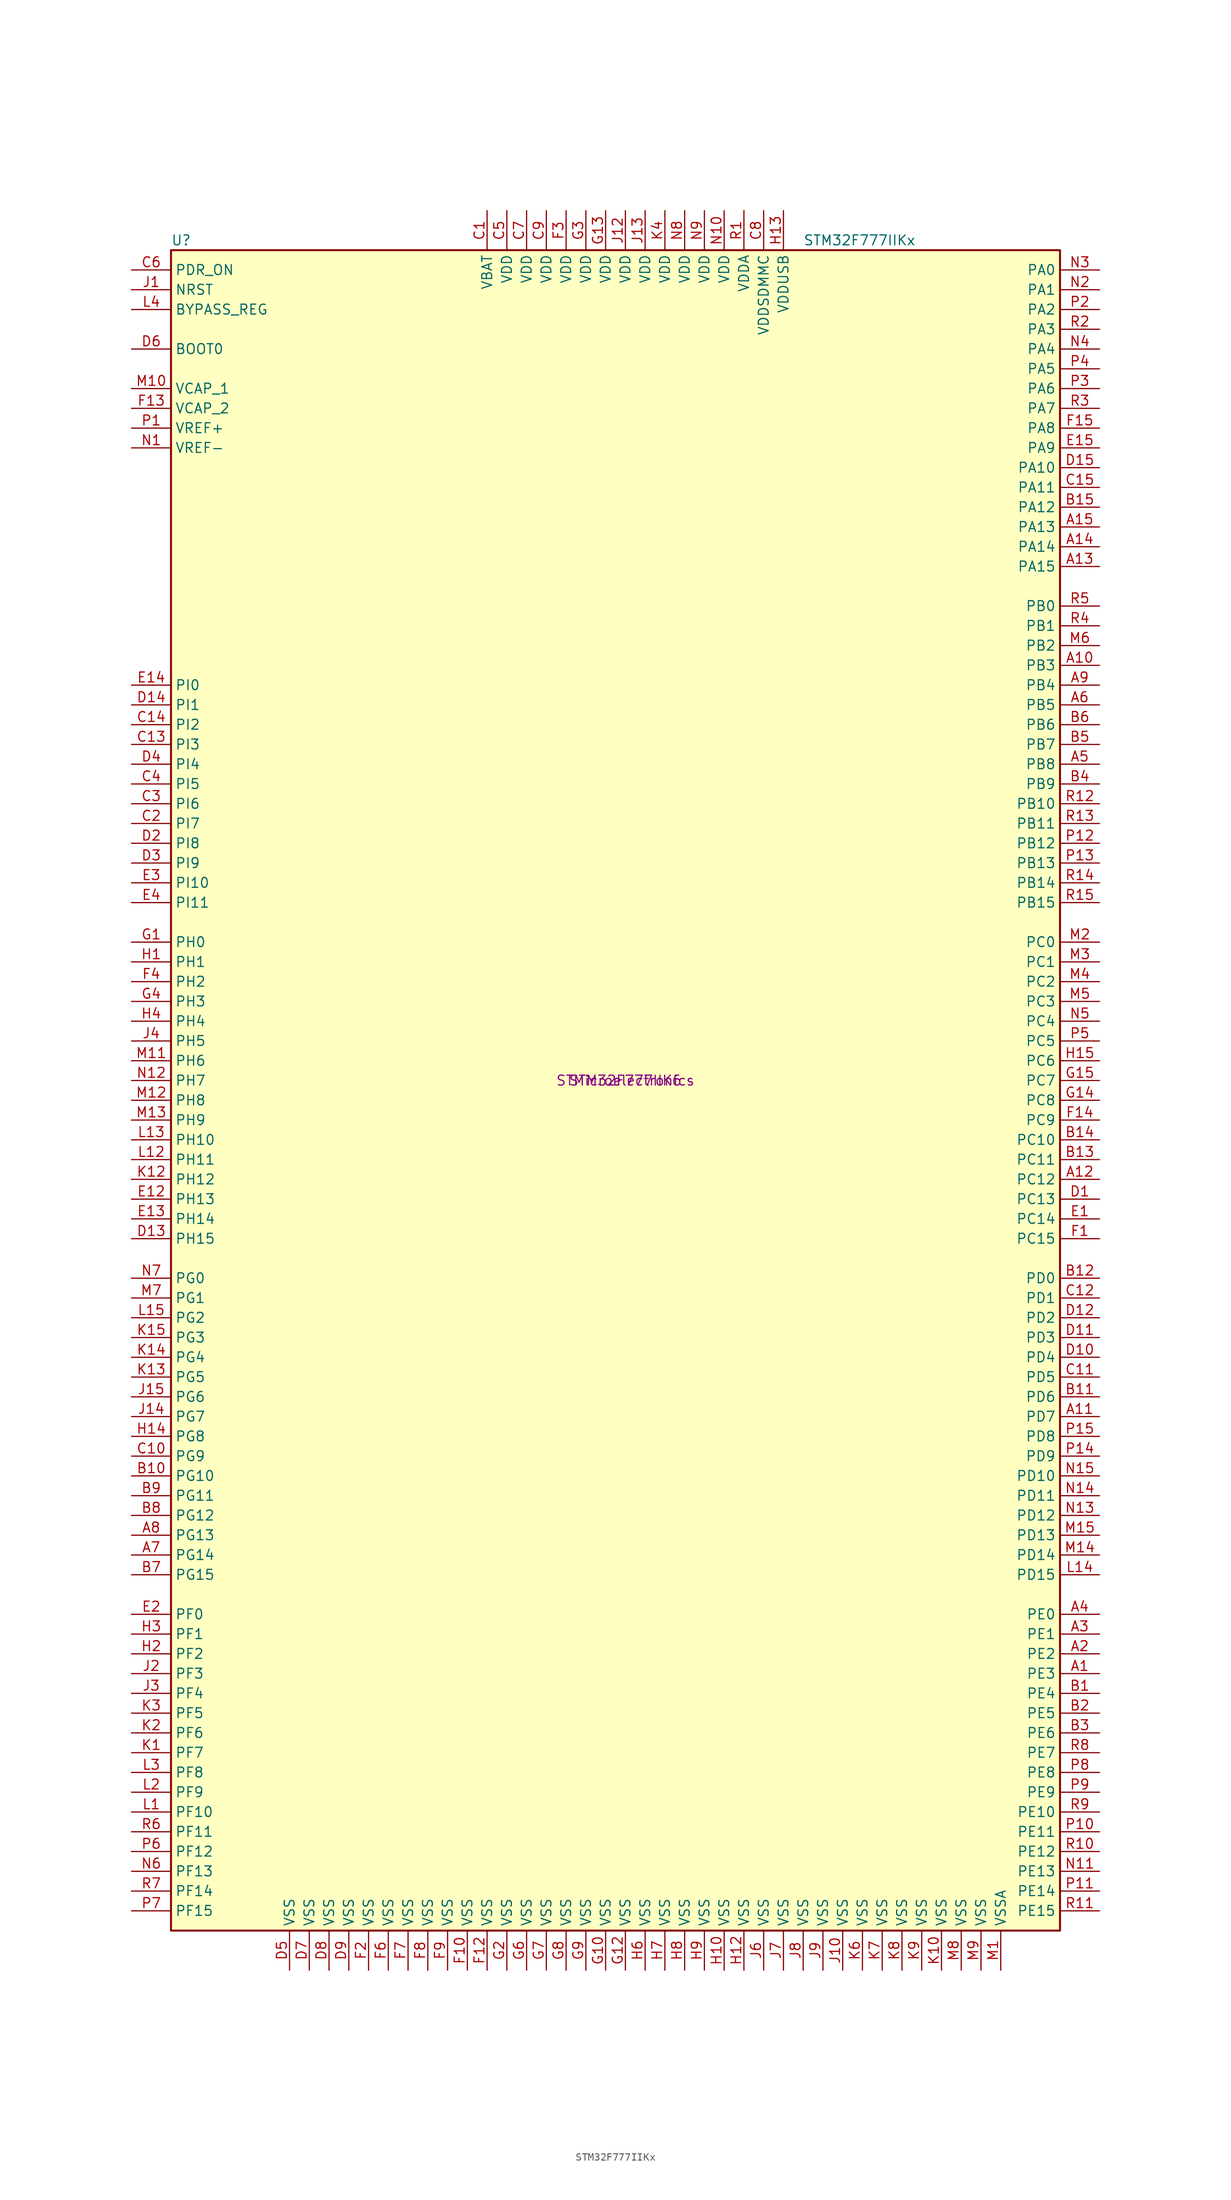
<source format=kicad_sym>
(kicad_symbol_lib
  (version 20211014)
  (generator kicad_symbol_editor)
  (symbol "STM32F777IIKx"
    (property "Reference" "U"
      (at -58.42 107.95 0)
      (effects (font (size 1.27 1.27)) (justify left)))
    (property "Value" "STM32F777IIKx"
      (at 22.86 107.95 0)
      (effects (font (size 1.27 1.27)) (justify left)))
    (property "PN" "STM32F777IIK6"
      (at 0 0 0)
      (effects (font (size 1.27 1.27))))
    (property "MF" "STMicroelectronics"
      (at 0 0 0)
      (effects (font (size 1.27 1.27))))
    (symbol "STM32F777IIKx_0_1"
      (rectangle (start -58.42 -109.22) (end 55.88 106.68) (stroke (width 0.254) (type default) (color 0 0 0 0)) (fill (type background))))
    (symbol "STM32F777IIKx_1_1"
      (pin bidirectional line (at 60.96 -76.2 180) (length 5.08) (name "PE3" (effects (font (size 1.27 1.27)))) (number "A1" (effects (font (size 1.27 1.27)))))
      (pin bidirectional line (at 60.96 53.34 180) (length 5.08) (name "PB3" (effects (font (size 1.27 1.27)))) (number "A10" (effects (font (size 1.27 1.27)))))
      (pin bidirectional line (at 60.96 -43.18 180) (length 5.08) (name "PD7" (effects (font (size 1.27 1.27)))) (number "A11" (effects (font (size 1.27 1.27)))))
      (pin bidirectional line (at 60.96 -12.7 180) (length 5.08) (name "PC12" (effects (font (size 1.27 1.27)))) (number "A12" (effects (font (size 1.27 1.27)))))
      (pin bidirectional line (at 60.96 66.04 180) (length 5.08) (name "PA15" (effects (font (size 1.27 1.27)))) (number "A13" (effects (font (size 1.27 1.27)))))
      (pin bidirectional line (at 60.96 68.58 180) (length 5.08) (name "PA14" (effects (font (size 1.27 1.27)))) (number "A14" (effects (font (size 1.27 1.27)))))
      (pin bidirectional line (at 60.96 71.12 180) (length 5.08) (name "PA13" (effects (font (size 1.27 1.27)))) (number "A15" (effects (font (size 1.27 1.27)))))
      (pin bidirectional line (at 60.96 -73.66 180) (length 5.08) (name "PE2" (effects (font (size 1.27 1.27)))) (number "A2" (effects (font (size 1.27 1.27)))))
      (pin bidirectional line (at 60.96 -71.12 180) (length 5.08) (name "PE1" (effects (font (size 1.27 1.27)))) (number "A3" (effects (font (size 1.27 1.27)))))
      (pin bidirectional line (at 60.96 -68.58 180) (length 5.08) (name "PE0" (effects (font (size 1.27 1.27)))) (number "A4" (effects (font (size 1.27 1.27)))))
      (pin bidirectional line (at 60.96 40.64 180) (length 5.08) (name "PB8" (effects (font (size 1.27 1.27)))) (number "A5" (effects (font (size 1.27 1.27)))))
      (pin bidirectional line (at 60.96 48.26 180) (length 5.08) (name "PB5" (effects (font (size 1.27 1.27)))) (number "A6" (effects (font (size 1.27 1.27)))))
      (pin bidirectional line (at -63.5 -60.96 0) (length 5.08) (name "PG14" (effects (font (size 1.27 1.27)))) (number "A7" (effects (font (size 1.27 1.27)))))
      (pin bidirectional line (at -63.5 -58.42 0) (length 5.08) (name "PG13" (effects (font (size 1.27 1.27)))) (number "A8" (effects (font (size 1.27 1.27)))))
      (pin bidirectional line (at 60.96 50.8 180) (length 5.08) (name "PB4" (effects (font (size 1.27 1.27)))) (number "A9" (effects (font (size 1.27 1.27)))))
      (pin bidirectional line (at 60.96 -78.74 180) (length 5.08) (name "PE4" (effects (font (size 1.27 1.27)))) (number "B1" (effects (font (size 1.27 1.27)))))
      (pin bidirectional line (at -63.5 -50.8 0) (length 5.08) (name "PG10" (effects (font (size 1.27 1.27)))) (number "B10" (effects (font (size 1.27 1.27)))))
      (pin bidirectional line (at 60.96 -40.64 180) (length 5.08) (name "PD6" (effects (font (size 1.27 1.27)))) (number "B11" (effects (font (size 1.27 1.27)))))
      (pin bidirectional line (at 60.96 -25.4 180) (length 5.08) (name "PD0" (effects (font (size 1.27 1.27)))) (number "B12" (effects (font (size 1.27 1.27)))))
      (pin bidirectional line (at 60.96 -10.16 180) (length 5.08) (name "PC11" (effects (font (size 1.27 1.27)))) (number "B13" (effects (font (size 1.27 1.27)))))
      (pin bidirectional line (at 60.96 -7.62 180) (length 5.08) (name "PC10" (effects (font (size 1.27 1.27)))) (number "B14" (effects (font (size 1.27 1.27)))))
      (pin bidirectional line (at 60.96 73.66 180) (length 5.08) (name "PA12" (effects (font (size 1.27 1.27)))) (number "B15" (effects (font (size 1.27 1.27)))))
      (pin bidirectional line (at 60.96 -81.28 180) (length 5.08) (name "PE5" (effects (font (size 1.27 1.27)))) (number "B2" (effects (font (size 1.27 1.27)))))
      (pin bidirectional line (at 60.96 -83.82 180) (length 5.08) (name "PE6" (effects (font (size 1.27 1.27)))) (number "B3" (effects (font (size 1.27 1.27)))))
      (pin bidirectional line (at 60.96 38.1 180) (length 5.08) (name "PB9" (effects (font (size 1.27 1.27)))) (number "B4" (effects (font (size 1.27 1.27)))))
      (pin bidirectional line (at 60.96 43.18 180) (length 5.08) (name "PB7" (effects (font (size 1.27 1.27)))) (number "B5" (effects (font (size 1.27 1.27)))))
      (pin bidirectional line (at 60.96 45.72 180) (length 5.08) (name "PB6" (effects (font (size 1.27 1.27)))) (number "B6" (effects (font (size 1.27 1.27)))))
      (pin bidirectional line (at -63.5 -63.5 0) (length 5.08) (name "PG15" (effects (font (size 1.27 1.27)))) (number "B7" (effects (font (size 1.27 1.27)))))
      (pin bidirectional line (at -63.5 -55.88 0) (length 5.08) (name "PG12" (effects (font (size 1.27 1.27)))) (number "B8" (effects (font (size 1.27 1.27)))))
      (pin bidirectional line (at -63.5 -53.34 0) (length 5.08) (name "PG11" (effects (font (size 1.27 1.27)))) (number "B9" (effects (font (size 1.27 1.27)))))
      (pin power_in line (at -17.78 111.76 270) (length 5.08) (name "VBAT" (effects (font (size 1.27 1.27)))) (number "C1" (effects (font (size 1.27 1.27)))))
      (pin bidirectional line (at -63.5 -48.26 0) (length 5.08) (name "PG9" (effects (font (size 1.27 1.27)))) (number "C10" (effects (font (size 1.27 1.27)))))
      (pin bidirectional line (at 60.96 -38.1 180) (length 5.08) (name "PD5" (effects (font (size 1.27 1.27)))) (number "C11" (effects (font (size 1.27 1.27)))))
      (pin bidirectional line (at 60.96 -27.94 180) (length 5.08) (name "PD1" (effects (font (size 1.27 1.27)))) (number "C12" (effects (font (size 1.27 1.27)))))
      (pin bidirectional line (at -63.5 43.18 0) (length 5.08) (name "PI3" (effects (font (size 1.27 1.27)))) (number "C13" (effects (font (size 1.27 1.27)))))
      (pin bidirectional line (at -63.5 45.72 0) (length 5.08) (name "PI2" (effects (font (size 1.27 1.27)))) (number "C14" (effects (font (size 1.27 1.27)))))
      (pin bidirectional line (at 60.96 76.2 180) (length 5.08) (name "PA11" (effects (font (size 1.27 1.27)))) (number "C15" (effects (font (size 1.27 1.27)))))
      (pin bidirectional line (at -63.5 33.02 0) (length 5.08) (name "PI7" (effects (font (size 1.27 1.27)))) (number "C2" (effects (font (size 1.27 1.27)))))
      (pin bidirectional line (at -63.5 35.56 0) (length 5.08) (name "PI6" (effects (font (size 1.27 1.27)))) (number "C3" (effects (font (size 1.27 1.27)))))
      (pin bidirectional line (at -63.5 38.1 0) (length 5.08) (name "PI5" (effects (font (size 1.27 1.27)))) (number "C4" (effects (font (size 1.27 1.27)))))
      (pin power_in line (at -15.24 111.76 270) (length 5.08) (name "VDD" (effects (font (size 1.27 1.27)))) (number "C5" (effects (font (size 1.27 1.27)))))
      (pin input line (at -63.5 104.14 0) (length 5.08) (name "PDR_ON" (effects (font (size 1.27 1.27)))) (number "C6" (effects (font (size 1.27 1.27)))))
      (pin power_in line (at -12.7 111.76 270) (length 5.08) (name "VDD" (effects (font (size 1.27 1.27)))) (number "C7" (effects (font (size 1.27 1.27)))))
      (pin power_in line (at 17.78 111.76 270) (length 5.08) (name "VDDSDMMC" (effects (font (size 1.27 1.27)))) (number "C8" (effects (font (size 1.27 1.27)))))
      (pin power_in line (at -10.16 111.76 270) (length 5.08) (name "VDD" (effects (font (size 1.27 1.27)))) (number "C9" (effects (font (size 1.27 1.27)))))
      (pin bidirectional line (at 60.96 -15.24 180) (length 5.08) (name "PC13" (effects (font (size 1.27 1.27)))) (number "D1" (effects (font (size 1.27 1.27)))))
      (pin bidirectional line (at 60.96 -35.56 180) (length 5.08) (name "PD4" (effects (font (size 1.27 1.27)))) (number "D10" (effects (font (size 1.27 1.27)))))
      (pin bidirectional line (at 60.96 -33.02 180) (length 5.08) (name "PD3" (effects (font (size 1.27 1.27)))) (number "D11" (effects (font (size 1.27 1.27)))))
      (pin bidirectional line (at 60.96 -30.48 180) (length 5.08) (name "PD2" (effects (font (size 1.27 1.27)))) (number "D12" (effects (font (size 1.27 1.27)))))
      (pin bidirectional line (at -63.5 -20.32 0) (length 5.08) (name "PH15" (effects (font (size 1.27 1.27)))) (number "D13" (effects (font (size 1.27 1.27)))))
      (pin bidirectional line (at -63.5 48.26 0) (length 5.08) (name "PI1" (effects (font (size 1.27 1.27)))) (number "D14" (effects (font (size 1.27 1.27)))))
      (pin bidirectional line (at 60.96 78.74 180) (length 5.08) (name "PA10" (effects (font (size 1.27 1.27)))) (number "D15" (effects (font (size 1.27 1.27)))))
      (pin bidirectional line (at -63.5 30.48 0) (length 5.08) (name "PI8" (effects (font (size 1.27 1.27)))) (number "D2" (effects (font (size 1.27 1.27)))))
      (pin bidirectional line (at -63.5 27.94 0) (length 5.08) (name "PI9" (effects (font (size 1.27 1.27)))) (number "D3" (effects (font (size 1.27 1.27)))))
      (pin bidirectional line (at -63.5 40.64 0) (length 5.08) (name "PI4" (effects (font (size 1.27 1.27)))) (number "D4" (effects (font (size 1.27 1.27)))))
      (pin power_in line (at -43.18 -114.3 90) (length 5.08) (name "VSS" (effects (font (size 1.27 1.27)))) (number "D5" (effects (font (size 1.27 1.27)))))
      (pin input line (at -63.5 93.98 0) (length 5.08) (name "BOOT0" (effects (font (size 1.27 1.27)))) (number "D6" (effects (font (size 1.27 1.27)))))
      (pin power_in line (at -40.64 -114.3 90) (length 5.08) (name "VSS" (effects (font (size 1.27 1.27)))) (number "D7" (effects (font (size 1.27 1.27)))))
      (pin power_in line (at -38.1 -114.3 90) (length 5.08) (name "VSS" (effects (font (size 1.27 1.27)))) (number "D8" (effects (font (size 1.27 1.27)))))
      (pin power_in line (at -35.56 -114.3 90) (length 5.08) (name "VSS" (effects (font (size 1.27 1.27)))) (number "D9" (effects (font (size 1.27 1.27)))))
      (pin bidirectional line (at 60.96 -17.78 180) (length 5.08) (name "PC14" (effects (font (size 1.27 1.27)))) (number "E1" (effects (font (size 1.27 1.27)))))
      (pin bidirectional line (at -63.5 -15.24 0) (length 5.08) (name "PH13" (effects (font (size 1.27 1.27)))) (number "E12" (effects (font (size 1.27 1.27)))))
      (pin bidirectional line (at -63.5 -17.78 0) (length 5.08) (name "PH14" (effects (font (size 1.27 1.27)))) (number "E13" (effects (font (size 1.27 1.27)))))
      (pin bidirectional line (at -63.5 50.8 0) (length 5.08) (name "PI0" (effects (font (size 1.27 1.27)))) (number "E14" (effects (font (size 1.27 1.27)))))
      (pin bidirectional line (at 60.96 81.28 180) (length 5.08) (name "PA9" (effects (font (size 1.27 1.27)))) (number "E15" (effects (font (size 1.27 1.27)))))
      (pin bidirectional line (at -63.5 -68.58 0) (length 5.08) (name "PF0" (effects (font (size 1.27 1.27)))) (number "E2" (effects (font (size 1.27 1.27)))))
      (pin bidirectional line (at -63.5 25.4 0) (length 5.08) (name "PI10" (effects (font (size 1.27 1.27)))) (number "E3" (effects (font (size 1.27 1.27)))))
      (pin bidirectional line (at -63.5 22.86 0) (length 5.08) (name "PI11" (effects (font (size 1.27 1.27)))) (number "E4" (effects (font (size 1.27 1.27)))))
      (pin bidirectional line (at 60.96 -20.32 180) (length 5.08) (name "PC15" (effects (font (size 1.27 1.27)))) (number "F1" (effects (font (size 1.27 1.27)))))
      (pin power_in line (at -20.32 -114.3 90) (length 5.08) (name "VSS" (effects (font (size 1.27 1.27)))) (number "F10" (effects (font (size 1.27 1.27)))))
      (pin power_in line (at -17.78 -114.3 90) (length 5.08) (name "VSS" (effects (font (size 1.27 1.27)))) (number "F12" (effects (font (size 1.27 1.27)))))
      (pin power_in line (at -63.5 86.36 0) (length 5.08) (name "VCAP_2" (effects (font (size 1.27 1.27)))) (number "F13" (effects (font (size 1.27 1.27)))))
      (pin bidirectional line (at 60.96 -5.08 180) (length 5.08) (name "PC9" (effects (font (size 1.27 1.27)))) (number "F14" (effects (font (size 1.27 1.27)))))
      (pin bidirectional line (at 60.96 83.82 180) (length 5.08) (name "PA8" (effects (font (size 1.27 1.27)))) (number "F15" (effects (font (size 1.27 1.27)))))
      (pin power_in line (at -33.02 -114.3 90) (length 5.08) (name "VSS" (effects (font (size 1.27 1.27)))) (number "F2" (effects (font (size 1.27 1.27)))))
      (pin power_in line (at -7.62 111.76 270) (length 5.08) (name "VDD" (effects (font (size 1.27 1.27)))) (number "F3" (effects (font (size 1.27 1.27)))))
      (pin bidirectional line (at -63.5 12.7 0) (length 5.08) (name "PH2" (effects (font (size 1.27 1.27)))) (number "F4" (effects (font (size 1.27 1.27)))))
      (pin power_in line (at -30.48 -114.3 90) (length 5.08) (name "VSS" (effects (font (size 1.27 1.27)))) (number "F6" (effects (font (size 1.27 1.27)))))
      (pin power_in line (at -27.94 -114.3 90) (length 5.08) (name "VSS" (effects (font (size 1.27 1.27)))) (number "F7" (effects (font (size 1.27 1.27)))))
      (pin power_in line (at -25.4 -114.3 90) (length 5.08) (name "VSS" (effects (font (size 1.27 1.27)))) (number "F8" (effects (font (size 1.27 1.27)))))
      (pin power_in line (at -22.86 -114.3 90) (length 5.08) (name "VSS" (effects (font (size 1.27 1.27)))) (number "F9" (effects (font (size 1.27 1.27)))))
      (pin input line (at -63.5 17.78 0) (length 5.08) (name "PH0" (effects (font (size 1.27 1.27)))) (number "G1" (effects (font (size 1.27 1.27)))))
      (pin power_in line (at -2.54 -114.3 90) (length 5.08) (name "VSS" (effects (font (size 1.27 1.27)))) (number "G10" (effects (font (size 1.27 1.27)))))
      (pin power_in line (at 0 -114.3 90) (length 5.08) (name "VSS" (effects (font (size 1.27 1.27)))) (number "G12" (effects (font (size 1.27 1.27)))))
      (pin power_in line (at -2.54 111.76 270) (length 5.08) (name "VDD" (effects (font (size 1.27 1.27)))) (number "G13" (effects (font (size 1.27 1.27)))))
      (pin bidirectional line (at 60.96 -2.54 180) (length 5.08) (name "PC8" (effects (font (size 1.27 1.27)))) (number "G14" (effects (font (size 1.27 1.27)))))
      (pin bidirectional line (at 60.96 0 180) (length 5.08) (name "PC7" (effects (font (size 1.27 1.27)))) (number "G15" (effects (font (size 1.27 1.27)))))
      (pin power_in line (at -15.24 -114.3 90) (length 5.08) (name "VSS" (effects (font (size 1.27 1.27)))) (number "G2" (effects (font (size 1.27 1.27)))))
      (pin power_in line (at -5.08 111.76 270) (length 5.08) (name "VDD" (effects (font (size 1.27 1.27)))) (number "G3" (effects (font (size 1.27 1.27)))))
      (pin bidirectional line (at -63.5 10.16 0) (length 5.08) (name "PH3" (effects (font (size 1.27 1.27)))) (number "G4" (effects (font (size 1.27 1.27)))))
      (pin power_in line (at -12.7 -114.3 90) (length 5.08) (name "VSS" (effects (font (size 1.27 1.27)))) (number "G6" (effects (font (size 1.27 1.27)))))
      (pin power_in line (at -10.16 -114.3 90) (length 5.08) (name "VSS" (effects (font (size 1.27 1.27)))) (number "G7" (effects (font (size 1.27 1.27)))))
      (pin power_in line (at -7.62 -114.3 90) (length 5.08) (name "VSS" (effects (font (size 1.27 1.27)))) (number "G8" (effects (font (size 1.27 1.27)))))
      (pin power_in line (at -5.08 -114.3 90) (length 5.08) (name "VSS" (effects (font (size 1.27 1.27)))) (number "G9" (effects (font (size 1.27 1.27)))))
      (pin input line (at -63.5 15.24 0) (length 5.08) (name "PH1" (effects (font (size 1.27 1.27)))) (number "H1" (effects (font (size 1.27 1.27)))))
      (pin power_in line (at 12.7 -114.3 90) (length 5.08) (name "VSS" (effects (font (size 1.27 1.27)))) (number "H10" (effects (font (size 1.27 1.27)))))
      (pin power_in line (at 15.24 -114.3 90) (length 5.08) (name "VSS" (effects (font (size 1.27 1.27)))) (number "H12" (effects (font (size 1.27 1.27)))))
      (pin power_in line (at 20.32 111.76 270) (length 5.08) (name "VDDUSB" (effects (font (size 1.27 1.27)))) (number "H13" (effects (font (size 1.27 1.27)))))
      (pin bidirectional line (at -63.5 -45.72 0) (length 5.08) (name "PG8" (effects (font (size 1.27 1.27)))) (number "H14" (effects (font (size 1.27 1.27)))))
      (pin bidirectional line (at 60.96 2.54 180) (length 5.08) (name "PC6" (effects (font (size 1.27 1.27)))) (number "H15" (effects (font (size 1.27 1.27)))))
      (pin bidirectional line (at -63.5 -73.66 0) (length 5.08) (name "PF2" (effects (font (size 1.27 1.27)))) (number "H2" (effects (font (size 1.27 1.27)))))
      (pin bidirectional line (at -63.5 -71.12 0) (length 5.08) (name "PF1" (effects (font (size 1.27 1.27)))) (number "H3" (effects (font (size 1.27 1.27)))))
      (pin bidirectional line (at -63.5 7.62 0) (length 5.08) (name "PH4" (effects (font (size 1.27 1.27)))) (number "H4" (effects (font (size 1.27 1.27)))))
      (pin power_in line (at 2.54 -114.3 90) (length 5.08) (name "VSS" (effects (font (size 1.27 1.27)))) (number "H6" (effects (font (size 1.27 1.27)))))
      (pin power_in line (at 5.08 -114.3 90) (length 5.08) (name "VSS" (effects (font (size 1.27 1.27)))) (number "H7" (effects (font (size 1.27 1.27)))))
      (pin power_in line (at 7.62 -114.3 90) (length 5.08) (name "VSS" (effects (font (size 1.27 1.27)))) (number "H8" (effects (font (size 1.27 1.27)))))
      (pin power_in line (at 10.16 -114.3 90) (length 5.08) (name "VSS" (effects (font (size 1.27 1.27)))) (number "H9" (effects (font (size 1.27 1.27)))))
      (pin input line (at -63.5 101.6 0) (length 5.08) (name "NRST" (effects (font (size 1.27 1.27)))) (number "J1" (effects (font (size 1.27 1.27)))))
      (pin power_in line (at 27.94 -114.3 90) (length 5.08) (name "VSS" (effects (font (size 1.27 1.27)))) (number "J10" (effects (font (size 1.27 1.27)))))
      (pin power_in line (at 0 111.76 270) (length 5.08) (name "VDD" (effects (font (size 1.27 1.27)))) (number "J12" (effects (font (size 1.27 1.27)))))
      (pin power_in line (at 2.54 111.76 270) (length 5.08) (name "VDD" (effects (font (size 1.27 1.27)))) (number "J13" (effects (font (size 1.27 1.27)))))
      (pin bidirectional line (at -63.5 -43.18 0) (length 5.08) (name "PG7" (effects (font (size 1.27 1.27)))) (number "J14" (effects (font (size 1.27 1.27)))))
      (pin bidirectional line (at -63.5 -40.64 0) (length 5.08) (name "PG6" (effects (font (size 1.27 1.27)))) (number "J15" (effects (font (size 1.27 1.27)))))
      (pin bidirectional line (at -63.5 -76.2 0) (length 5.08) (name "PF3" (effects (font (size 1.27 1.27)))) (number "J2" (effects (font (size 1.27 1.27)))))
      (pin bidirectional line (at -63.5 -78.74 0) (length 5.08) (name "PF4" (effects (font (size 1.27 1.27)))) (number "J3" (effects (font (size 1.27 1.27)))))
      (pin bidirectional line (at -63.5 5.08 0) (length 5.08) (name "PH5" (effects (font (size 1.27 1.27)))) (number "J4" (effects (font (size 1.27 1.27)))))
      (pin power_in line (at 17.78 -114.3 90) (length 5.08) (name "VSS" (effects (font (size 1.27 1.27)))) (number "J6" (effects (font (size 1.27 1.27)))))
      (pin power_in line (at 20.32 -114.3 90) (length 5.08) (name "VSS" (effects (font (size 1.27 1.27)))) (number "J7" (effects (font (size 1.27 1.27)))))
      (pin power_in line (at 22.86 -114.3 90) (length 5.08) (name "VSS" (effects (font (size 1.27 1.27)))) (number "J8" (effects (font (size 1.27 1.27)))))
      (pin power_in line (at 25.4 -114.3 90) (length 5.08) (name "VSS" (effects (font (size 1.27 1.27)))) (number "J9" (effects (font (size 1.27 1.27)))))
      (pin bidirectional line (at -63.5 -86.36 0) (length 5.08) (name "PF7" (effects (font (size 1.27 1.27)))) (number "K1" (effects (font (size 1.27 1.27)))))
      (pin power_in line (at 40.64 -114.3 90) (length 5.08) (name "VSS" (effects (font (size 1.27 1.27)))) (number "K10" (effects (font (size 1.27 1.27)))))
      (pin bidirectional line (at -63.5 -12.7 0) (length 5.08) (name "PH12" (effects (font (size 1.27 1.27)))) (number "K12" (effects (font (size 1.27 1.27)))))
      (pin bidirectional line (at -63.5 -38.1 0) (length 5.08) (name "PG5" (effects (font (size 1.27 1.27)))) (number "K13" (effects (font (size 1.27 1.27)))))
      (pin bidirectional line (at -63.5 -35.56 0) (length 5.08) (name "PG4" (effects (font (size 1.27 1.27)))) (number "K14" (effects (font (size 1.27 1.27)))))
      (pin bidirectional line (at -63.5 -33.02 0) (length 5.08) (name "PG3" (effects (font (size 1.27 1.27)))) (number "K15" (effects (font (size 1.27 1.27)))))
      (pin bidirectional line (at -63.5 -83.82 0) (length 5.08) (name "PF6" (effects (font (size 1.27 1.27)))) (number "K2" (effects (font (size 1.27 1.27)))))
      (pin bidirectional line (at -63.5 -81.28 0) (length 5.08) (name "PF5" (effects (font (size 1.27 1.27)))) (number "K3" (effects (font (size 1.27 1.27)))))
      (pin power_in line (at 5.08 111.76 270) (length 5.08) (name "VDD" (effects (font (size 1.27 1.27)))) (number "K4" (effects (font (size 1.27 1.27)))))
      (pin power_in line (at 30.48 -114.3 90) (length 5.08) (name "VSS" (effects (font (size 1.27 1.27)))) (number "K6" (effects (font (size 1.27 1.27)))))
      (pin power_in line (at 33.02 -114.3 90) (length 5.08) (name "VSS" (effects (font (size 1.27 1.27)))) (number "K7" (effects (font (size 1.27 1.27)))))
      (pin power_in line (at 35.56 -114.3 90) (length 5.08) (name "VSS" (effects (font (size 1.27 1.27)))) (number "K8" (effects (font (size 1.27 1.27)))))
      (pin power_in line (at 38.1 -114.3 90) (length 5.08) (name "VSS" (effects (font (size 1.27 1.27)))) (number "K9" (effects (font (size 1.27 1.27)))))
      (pin bidirectional line (at -63.5 -93.98 0) (length 5.08) (name "PF10" (effects (font (size 1.27 1.27)))) (number "L1" (effects (font (size 1.27 1.27)))))
      (pin bidirectional line (at -63.5 -10.16 0) (length 5.08) (name "PH11" (effects (font (size 1.27 1.27)))) (number "L12" (effects (font (size 1.27 1.27)))))
      (pin bidirectional line (at -63.5 -7.62 0) (length 5.08) (name "PH10" (effects (font (size 1.27 1.27)))) (number "L13" (effects (font (size 1.27 1.27)))))
      (pin bidirectional line (at 60.96 -63.5 180) (length 5.08) (name "PD15" (effects (font (size 1.27 1.27)))) (number "L14" (effects (font (size 1.27 1.27)))))
      (pin bidirectional line (at -63.5 -30.48 0) (length 5.08) (name "PG2" (effects (font (size 1.27 1.27)))) (number "L15" (effects (font (size 1.27 1.27)))))
      (pin bidirectional line (at -63.5 -91.44 0) (length 5.08) (name "PF9" (effects (font (size 1.27 1.27)))) (number "L2" (effects (font (size 1.27 1.27)))))
      (pin bidirectional line (at -63.5 -88.9 0) (length 5.08) (name "PF8" (effects (font (size 1.27 1.27)))) (number "L3" (effects (font (size 1.27 1.27)))))
      (pin input line (at -63.5 99.06 0) (length 5.08) (name "BYPASS_REG" (effects (font (size 1.27 1.27)))) (number "L4" (effects (font (size 1.27 1.27)))))
      (pin power_in line (at 48.26 -114.3 90) (length 5.08) (name "VSSA" (effects (font (size 1.27 1.27)))) (number "M1" (effects (font (size 1.27 1.27)))))
      (pin power_in line (at -63.5 88.9 0) (length 5.08) (name "VCAP_1" (effects (font (size 1.27 1.27)))) (number "M10" (effects (font (size 1.27 1.27)))))
      (pin bidirectional line (at -63.5 2.54 0) (length 5.08) (name "PH6" (effects (font (size 1.27 1.27)))) (number "M11" (effects (font (size 1.27 1.27)))))
      (pin bidirectional line (at -63.5 -2.54 0) (length 5.08) (name "PH8" (effects (font (size 1.27 1.27)))) (number "M12" (effects (font (size 1.27 1.27)))))
      (pin bidirectional line (at -63.5 -5.08 0) (length 5.08) (name "PH9" (effects (font (size 1.27 1.27)))) (number "M13" (effects (font (size 1.27 1.27)))))
      (pin bidirectional line (at 60.96 -60.96 180) (length 5.08) (name "PD14" (effects (font (size 1.27 1.27)))) (number "M14" (effects (font (size 1.27 1.27)))))
      (pin bidirectional line (at 60.96 -58.42 180) (length 5.08) (name "PD13" (effects (font (size 1.27 1.27)))) (number "M15" (effects (font (size 1.27 1.27)))))
      (pin bidirectional line (at 60.96 17.78 180) (length 5.08) (name "PC0" (effects (font (size 1.27 1.27)))) (number "M2" (effects (font (size 1.27 1.27)))))
      (pin bidirectional line (at 60.96 15.24 180) (length 5.08) (name "PC1" (effects (font (size 1.27 1.27)))) (number "M3" (effects (font (size 1.27 1.27)))))
      (pin bidirectional line (at 60.96 12.7 180) (length 5.08) (name "PC2" (effects (font (size 1.27 1.27)))) (number "M4" (effects (font (size 1.27 1.27)))))
      (pin bidirectional line (at 60.96 10.16 180) (length 5.08) (name "PC3" (effects (font (size 1.27 1.27)))) (number "M5" (effects (font (size 1.27 1.27)))))
      (pin bidirectional line (at 60.96 55.88 180) (length 5.08) (name "PB2" (effects (font (size 1.27 1.27)))) (number "M6" (effects (font (size 1.27 1.27)))))
      (pin bidirectional line (at -63.5 -27.94 0) (length 5.08) (name "PG1" (effects (font (size 1.27 1.27)))) (number "M7" (effects (font (size 1.27 1.27)))))
      (pin power_in line (at 43.18 -114.3 90) (length 5.08) (name "VSS" (effects (font (size 1.27 1.27)))) (number "M8" (effects (font (size 1.27 1.27)))))
      (pin power_in line (at 45.72 -114.3 90) (length 5.08) (name "VSS" (effects (font (size 1.27 1.27)))) (number "M9" (effects (font (size 1.27 1.27)))))
      (pin power_in line (at -63.5 81.28 0) (length 5.08) (name "VREF-" (effects (font (size 1.27 1.27)))) (number "N1" (effects (font (size 1.27 1.27)))))
      (pin power_in line (at 12.7 111.76 270) (length 5.08) (name "VDD" (effects (font (size 1.27 1.27)))) (number "N10" (effects (font (size 1.27 1.27)))))
      (pin bidirectional line (at 60.96 -101.6 180) (length 5.08) (name "PE13" (effects (font (size 1.27 1.27)))) (number "N11" (effects (font (size 1.27 1.27)))))
      (pin bidirectional line (at -63.5 0 0) (length 5.08) (name "PH7" (effects (font (size 1.27 1.27)))) (number "N12" (effects (font (size 1.27 1.27)))))
      (pin bidirectional line (at 60.96 -55.88 180) (length 5.08) (name "PD12" (effects (font (size 1.27 1.27)))) (number "N13" (effects (font (size 1.27 1.27)))))
      (pin bidirectional line (at 60.96 -53.34 180) (length 5.08) (name "PD11" (effects (font (size 1.27 1.27)))) (number "N14" (effects (font (size 1.27 1.27)))))
      (pin bidirectional line (at 60.96 -50.8 180) (length 5.08) (name "PD10" (effects (font (size 1.27 1.27)))) (number "N15" (effects (font (size 1.27 1.27)))))
      (pin bidirectional line (at 60.96 101.6 180) (length 5.08) (name "PA1" (effects (font (size 1.27 1.27)))) (number "N2" (effects (font (size 1.27 1.27)))))
      (pin bidirectional line (at 60.96 104.14 180) (length 5.08) (name "PA0" (effects (font (size 1.27 1.27)))) (number "N3" (effects (font (size 1.27 1.27)))))
      (pin bidirectional line (at 60.96 93.98 180) (length 5.08) (name "PA4" (effects (font (size 1.27 1.27)))) (number "N4" (effects (font (size 1.27 1.27)))))
      (pin bidirectional line (at 60.96 7.62 180) (length 5.08) (name "PC4" (effects (font (size 1.27 1.27)))) (number "N5" (effects (font (size 1.27 1.27)))))
      (pin bidirectional line (at -63.5 -101.6 0) (length 5.08) (name "PF13" (effects (font (size 1.27 1.27)))) (number "N6" (effects (font (size 1.27 1.27)))))
      (pin bidirectional line (at -63.5 -25.4 0) (length 5.08) (name "PG0" (effects (font (size 1.27 1.27)))) (number "N7" (effects (font (size 1.27 1.27)))))
      (pin power_in line (at 7.62 111.76 270) (length 5.08) (name "VDD" (effects (font (size 1.27 1.27)))) (number "N8" (effects (font (size 1.27 1.27)))))
      (pin power_in line (at 10.16 111.76 270) (length 5.08) (name "VDD" (effects (font (size 1.27 1.27)))) (number "N9" (effects (font (size 1.27 1.27)))))
      (pin power_in line (at -63.5 83.82 0) (length 5.08) (name "VREF+" (effects (font (size 1.27 1.27)))) (number "P1" (effects (font (size 1.27 1.27)))))
      (pin bidirectional line (at 60.96 -96.52 180) (length 5.08) (name "PE11" (effects (font (size 1.27 1.27)))) (number "P10" (effects (font (size 1.27 1.27)))))
      (pin bidirectional line (at 60.96 -104.14 180) (length 5.08) (name "PE14" (effects (font (size 1.27 1.27)))) (number "P11" (effects (font (size 1.27 1.27)))))
      (pin bidirectional line (at 60.96 30.48 180) (length 5.08) (name "PB12" (effects (font (size 1.27 1.27)))) (number "P12" (effects (font (size 1.27 1.27)))))
      (pin bidirectional line (at 60.96 27.94 180) (length 5.08) (name "PB13" (effects (font (size 1.27 1.27)))) (number "P13" (effects (font (size 1.27 1.27)))))
      (pin bidirectional line (at 60.96 -48.26 180) (length 5.08) (name "PD9" (effects (font (size 1.27 1.27)))) (number "P14" (effects (font (size 1.27 1.27)))))
      (pin bidirectional line (at 60.96 -45.72 180) (length 5.08) (name "PD8" (effects (font (size 1.27 1.27)))) (number "P15" (effects (font (size 1.27 1.27)))))
      (pin bidirectional line (at 60.96 99.06 180) (length 5.08) (name "PA2" (effects (font (size 1.27 1.27)))) (number "P2" (effects (font (size 1.27 1.27)))))
      (pin bidirectional line (at 60.96 88.9 180) (length 5.08) (name "PA6" (effects (font (size 1.27 1.27)))) (number "P3" (effects (font (size 1.27 1.27)))))
      (pin bidirectional line (at 60.96 91.44 180) (length 5.08) (name "PA5" (effects (font (size 1.27 1.27)))) (number "P4" (effects (font (size 1.27 1.27)))))
      (pin bidirectional line (at 60.96 5.08 180) (length 5.08) (name "PC5" (effects (font (size 1.27 1.27)))) (number "P5" (effects (font (size 1.27 1.27)))))
      (pin bidirectional line (at -63.5 -99.06 0) (length 5.08) (name "PF12" (effects (font (size 1.27 1.27)))) (number "P6" (effects (font (size 1.27 1.27)))))
      (pin bidirectional line (at -63.5 -106.68 0) (length 5.08) (name "PF15" (effects (font (size 1.27 1.27)))) (number "P7" (effects (font (size 1.27 1.27)))))
      (pin bidirectional line (at 60.96 -88.9 180) (length 5.08) (name "PE8" (effects (font (size 1.27 1.27)))) (number "P8" (effects (font (size 1.27 1.27)))))
      (pin bidirectional line (at 60.96 -91.44 180) (length 5.08) (name "PE9" (effects (font (size 1.27 1.27)))) (number "P9" (effects (font (size 1.27 1.27)))))
      (pin power_in line (at 15.24 111.76 270) (length 5.08) (name "VDDA" (effects (font (size 1.27 1.27)))) (number "R1" (effects (font (size 1.27 1.27)))))
      (pin bidirectional line (at 60.96 -99.06 180) (length 5.08) (name "PE12" (effects (font (size 1.27 1.27)))) (number "R10" (effects (font (size 1.27 1.27)))))
      (pin bidirectional line (at 60.96 -106.68 180) (length 5.08) (name "PE15" (effects (font (size 1.27 1.27)))) (number "R11" (effects (font (size 1.27 1.27)))))
      (pin bidirectional line (at 60.96 35.56 180) (length 5.08) (name "PB10" (effects (font (size 1.27 1.27)))) (number "R12" (effects (font (size 1.27 1.27)))))
      (pin bidirectional line (at 60.96 33.02 180) (length 5.08) (name "PB11" (effects (font (size 1.27 1.27)))) (number "R13" (effects (font (size 1.27 1.27)))))
      (pin bidirectional line (at 60.96 25.4 180) (length 5.08) (name "PB14" (effects (font (size 1.27 1.27)))) (number "R14" (effects (font (size 1.27 1.27)))))
      (pin bidirectional line (at 60.96 22.86 180) (length 5.08) (name "PB15" (effects (font (size 1.27 1.27)))) (number "R15" (effects (font (size 1.27 1.27)))))
      (pin bidirectional line (at 60.96 96.52 180) (length 5.08) (name "PA3" (effects (font (size 1.27 1.27)))) (number "R2" (effects (font (size 1.27 1.27)))))
      (pin bidirectional line (at 60.96 86.36 180) (length 5.08) (name "PA7" (effects (font (size 1.27 1.27)))) (number "R3" (effects (font (size 1.27 1.27)))))
      (pin bidirectional line (at 60.96 58.42 180) (length 5.08) (name "PB1" (effects (font (size 1.27 1.27)))) (number "R4" (effects (font (size 1.27 1.27)))))
      (pin bidirectional line (at 60.96 60.96 180) (length 5.08) (name "PB0" (effects (font (size 1.27 1.27)))) (number "R5" (effects (font (size 1.27 1.27)))))
      (pin bidirectional line (at -63.5 -96.52 0) (length 5.08) (name "PF11" (effects (font (size 1.27 1.27)))) (number "R6" (effects (font (size 1.27 1.27)))))
      (pin bidirectional line (at -63.5 -104.14 0) (length 5.08) (name "PF14" (effects (font (size 1.27 1.27)))) (number "R7" (effects (font (size 1.27 1.27)))))
      (pin bidirectional line (at 60.96 -86.36 180) (length 5.08) (name "PE7" (effects (font (size 1.27 1.27)))) (number "R8" (effects (font (size 1.27 1.27)))))
      (pin bidirectional line (at 60.96 -93.98 180) (length 5.08) (name "PE10" (effects (font (size 1.27 1.27)))) (number "R9" (effects (font (size 1.27 1.27))))))))
</source>
